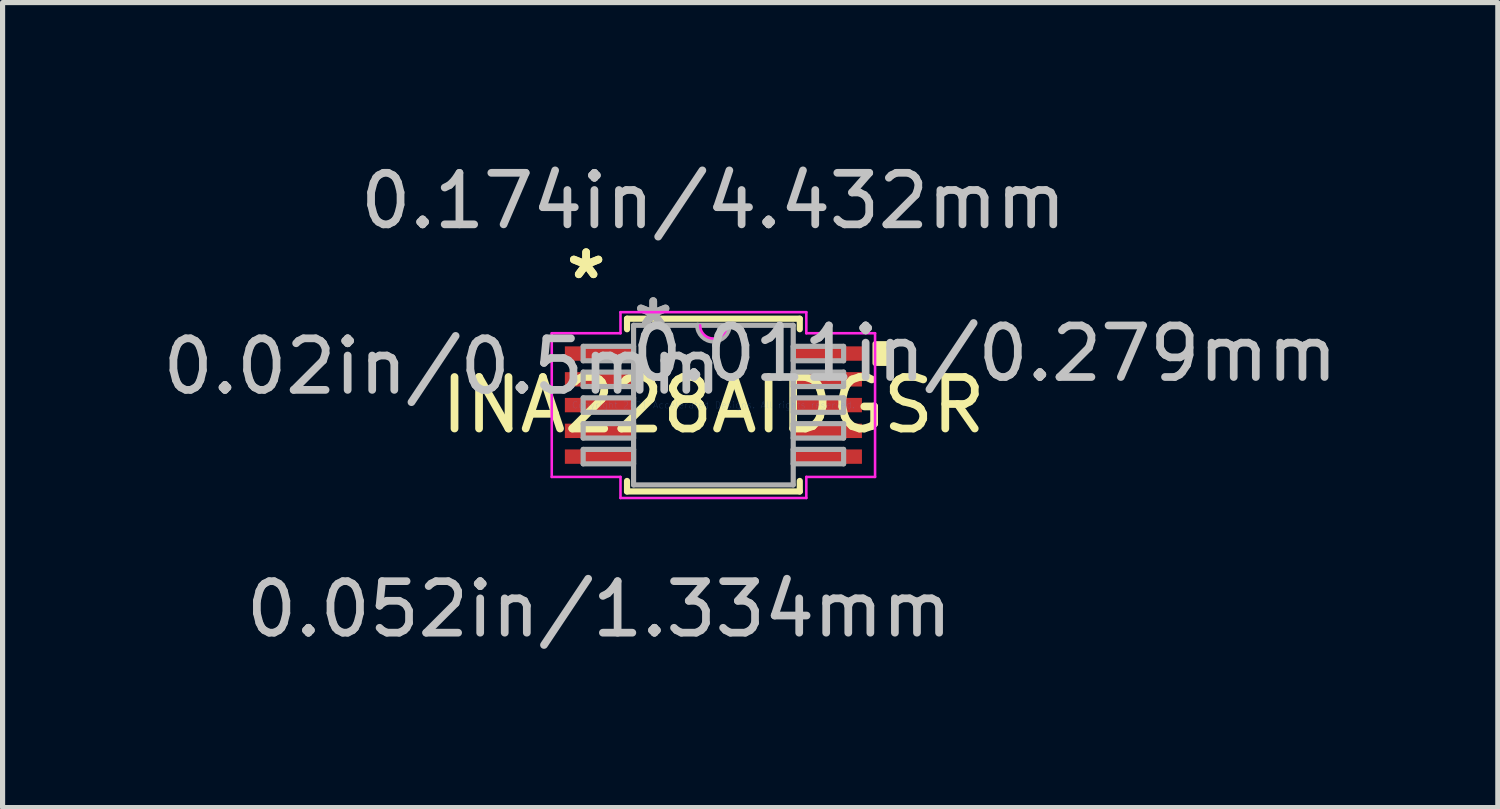
<source format=kicad_pcb>
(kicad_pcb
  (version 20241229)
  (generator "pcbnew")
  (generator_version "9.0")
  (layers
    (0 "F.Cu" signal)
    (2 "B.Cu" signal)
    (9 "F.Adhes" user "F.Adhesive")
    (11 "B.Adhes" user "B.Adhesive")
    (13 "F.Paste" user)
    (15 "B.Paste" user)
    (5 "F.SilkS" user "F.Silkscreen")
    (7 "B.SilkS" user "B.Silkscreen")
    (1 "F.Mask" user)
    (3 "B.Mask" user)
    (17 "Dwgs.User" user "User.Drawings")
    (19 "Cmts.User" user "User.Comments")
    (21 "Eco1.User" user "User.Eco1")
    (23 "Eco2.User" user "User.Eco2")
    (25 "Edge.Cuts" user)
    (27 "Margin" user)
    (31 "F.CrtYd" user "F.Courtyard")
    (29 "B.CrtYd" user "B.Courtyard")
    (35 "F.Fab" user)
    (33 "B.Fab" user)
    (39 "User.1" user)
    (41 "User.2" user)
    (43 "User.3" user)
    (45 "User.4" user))
  (footprint "INA228AIDGSR"
    (layer "F.Cu")
    (at 10.794 4.811)
    (property "Reference" "INA228AIDGSR" (at 0 0 0) (layer "F.SilkS") (effects (font (size 1 1) (thickness 0.15))))
    (attr through_hole)
    (fp_line (start -1.676 -1.676) (end -1.676 -1.472) (stroke (width 0.12) (type solid)) (layer "F.SilkS"))
    (fp_line (start -1.676 1.472) (end -1.676 1.676) (stroke (width 0.12) (type solid)) (layer "F.SilkS"))
    (fp_line (start -1.676 1.676) (end 1.676 1.676) (stroke (width 0.12) (type solid)) (layer "F.SilkS"))
    (fp_line (start 1.676 -1.676) (end -1.676 -1.676) (stroke (width 0.12) (type solid)) (layer "F.SilkS"))
    (fp_line (start 1.676 -1.472) (end 1.676 -1.676) (stroke (width 0.12) (type solid)) (layer "F.SilkS"))
    (fp_line (start 1.676 1.676) (end 1.676 1.472) (stroke (width 0.12) (type solid)) (layer "F.SilkS"))
    (fp_poly (pts (xy 3.391 -1.191) (xy 3.391 -0.81) (xy 3.137 -0.81) (xy 3.137 -1.191)) (stroke (width 0.1) (type solid)) (fill yes) (layer "F.SilkS"))
    (fp_line (start -3.137 -1.394) (end -1.803 -1.394) (stroke (width 0.05) (type solid)) (layer "F.CrtYd"))
    (fp_line (start -3.137 1.394) (end -3.137 -1.394) (stroke (width 0.05) (type solid)) (layer "F.CrtYd"))
    (fp_line (start -1.803 -1.803) (end 1.803 -1.803) (stroke (width 0.05) (type solid)) (layer "F.CrtYd"))
    (fp_line (start -1.803 -1.394) (end -1.803 -1.803) (stroke (width 0.05) (type solid)) (layer "F.CrtYd"))
    (fp_line (start -1.803 1.394) (end -3.137 1.394) (stroke (width 0.05) (type solid)) (layer "F.CrtYd"))
    (fp_line (start -1.803 1.803) (end -1.803 1.394) (stroke (width 0.05) (type solid)) (layer "F.CrtYd"))
    (fp_line (start 1.803 -1.803) (end 1.803 -1.394) (stroke (width 0.05) (type solid)) (layer "F.CrtYd"))
    (fp_line (start 1.803 -1.394) (end 3.137 -1.394) (stroke (width 0.05) (type solid)) (layer "F.CrtYd"))
    (fp_line (start 1.803 1.394) (end 1.803 1.803) (stroke (width 0.05) (type solid)) (layer "F.CrtYd"))
    (fp_line (start 1.803 1.803) (end -1.803 1.803) (stroke (width 0.05) (type solid)) (layer "F.CrtYd"))
    (fp_line (start 3.137 -1.394) (end 3.137 1.394) (stroke (width 0.05) (type solid)) (layer "F.CrtYd"))
    (fp_line (start 3.137 1.394) (end 1.803 1.394) (stroke (width 0.05) (type solid)) (layer "F.CrtYd"))
    (fp_arc (start 0.258233 -1.5494) (mid 0 -1.291167) (end -0.258233 -1.5494) (stroke (width 0.05) (type solid)) (layer "F.CrtYd"))
    (fp_line (start -2.527 -1.14) (end -2.527 -0.86) (stroke (width 0.1) (type solid)) (layer "F.Fab"))
    (fp_line (start -2.527 -0.86) (end -1.549 -0.86) (stroke (width 0.1) (type solid)) (layer "F.Fab"))
    (fp_line (start -2.527 -0.64) (end -2.527 -0.36) (stroke (width 0.1) (type solid)) (layer "F.Fab"))
    (fp_line (start -2.527 -0.36) (end -1.549 -0.36) (stroke (width 0.1) (type solid)) (layer "F.Fab"))
    (fp_line (start -2.527 -0.14) (end -2.527 0.14) (stroke (width 0.1) (type solid)) (layer "F.Fab"))
    (fp_line (start -2.527 0.14) (end -1.549 0.14) (stroke (width 0.1) (type solid)) (layer "F.Fab"))
    (fp_line (start -2.527 0.36) (end -2.527 0.64) (stroke (width 0.1) (type solid)) (layer "F.Fab"))
    (fp_line (start -2.527 0.64) (end -1.549 0.64) (stroke (width 0.1) (type solid)) (layer "F.Fab"))
    (fp_line (start -2.527 0.86) (end -2.527 1.14) (stroke (width 0.1) (type solid)) (layer "F.Fab"))
    (fp_line (start -2.527 1.14) (end -1.549 1.14) (stroke (width 0.1) (type solid)) (layer "F.Fab"))
    (fp_line (start -1.549 -1.549) (end -1.549 1.549) (stroke (width 0.1) (type solid)) (layer "F.Fab"))
    (fp_line (start -1.549 -1.14) (end -2.527 -1.14) (stroke (width 0.1) (type solid)) (layer "F.Fab"))
    (fp_line (start -1.549 -0.86) (end -1.549 -1.14) (stroke (width 0.1) (type solid)) (layer "F.Fab"))
    (fp_line (start -1.549 -0.64) (end -2.527 -0.64) (stroke (width 0.1) (type solid)) (layer "F.Fab"))
    (fp_line (start -1.549 -0.36) (end -1.549 -0.64) (stroke (width 0.1) (type solid)) (layer "F.Fab"))
    (fp_line (start -1.549 -0.14) (end -2.527 -0.14) (stroke (width 0.1) (type solid)) (layer "F.Fab"))
    (fp_line (start -1.549 0.14) (end -1.549 -0.14) (stroke (width 0.1) (type solid)) (layer "F.Fab"))
    (fp_line (start -1.549 0.36) (end -2.527 0.36) (stroke (width 0.1) (type solid)) (layer "F.Fab"))
    (fp_line (start -1.549 0.64) (end -1.549 0.36) (stroke (width 0.1) (type solid)) (layer "F.Fab"))
    (fp_line (start -1.549 0.86) (end -2.527 0.86) (stroke (width 0.1) (type solid)) (layer "F.Fab"))
    (fp_line (start -1.549 1.14) (end -1.549 0.86) (stroke (width 0.1) (type solid)) (layer "F.Fab"))
    (fp_line (start -1.549 1.549) (end 1.549 1.549) (stroke (width 0.1) (type solid)) (layer "F.Fab"))
    (fp_line (start 1.549 -1.549) (end -1.549 -1.549) (stroke (width 0.1) (type solid)) (layer "F.Fab"))
    (fp_line (start 1.549 -1.14) (end 1.549 -0.86) (stroke (width 0.1) (type solid)) (layer "F.Fab"))
    (fp_line (start 1.549 -0.86) (end 2.527 -0.86) (stroke (width 0.1) (type solid)) (layer "F.Fab"))
    (fp_line (start 1.549 -0.64) (end 1.549 -0.36) (stroke (width 0.1) (type solid)) (layer "F.Fab"))
    (fp_line (start 1.549 -0.36) (end 2.527 -0.36) (stroke (width 0.1) (type solid)) (layer "F.Fab"))
    (fp_line (start 1.549 -0.14) (end 1.549 0.14) (stroke (width 0.1) (type solid)) (layer "F.Fab"))
    (fp_line (start 1.549 0.14) (end 2.527 0.14) (stroke (width 0.1) (type solid)) (layer "F.Fab"))
    (fp_line (start 1.549 0.36) (end 1.549 0.64) (stroke (width 0.1) (type solid)) (layer "F.Fab"))
    (fp_line (start 1.549 0.64) (end 2.527 0.64) (stroke (width 0.1) (type solid)) (layer "F.Fab"))
    (fp_line (start 1.549 0.86) (end 1.549 1.14) (stroke (width 0.1) (type solid)) (layer "F.Fab"))
    (fp_line (start 1.549 1.14) (end 2.527 1.14) (stroke (width 0.1) (type solid)) (layer "F.Fab"))
    (fp_line (start 1.549 1.549) (end 1.549 -1.549) (stroke (width 0.1) (type solid)) (layer "F.Fab"))
    (fp_line (start 2.527 -1.14) (end 1.549 -1.14) (stroke (width 0.1) (type solid)) (layer "F.Fab"))
    (fp_line (start 2.527 -0.86) (end 2.527 -1.14) (stroke (width 0.1) (type solid)) (layer "F.Fab"))
    (fp_line (start 2.527 -0.64) (end 1.549 -0.64) (stroke (width 0.1) (type solid)) (layer "F.Fab"))
    (fp_line (start 2.527 -0.36) (end 2.527 -0.64) (stroke (width 0.1) (type solid)) (layer "F.Fab"))
    (fp_line (start 2.527 -0.14) (end 1.549 -0.14) (stroke (width 0.1) (type solid)) (layer "F.Fab"))
    (fp_line (start 2.527 0.14) (end 2.527 -0.14) (stroke (width 0.1) (type solid)) (layer "F.Fab"))
    (fp_line (start 2.527 0.36) (end 1.549 0.36) (stroke (width 0.1) (type solid)) (layer "F.Fab"))
    (fp_line (start 2.527 0.64) (end 2.527 0.36) (stroke (width 0.1) (type solid)) (layer "F.Fab"))
    (fp_line (start 2.527 0.86) (end 1.549 0.86) (stroke (width 0.1) (type solid)) (layer "F.Fab"))
    (fp_line (start 2.527 1.14) (end 2.527 0.86) (stroke (width 0.1) (type solid)) (layer "F.Fab"))
    (fp_arc (start 0.3048 -1.5494) (mid 0 -1.2446) (end -0.3048 -1.5494) (stroke (width 0.1) (type solid)) (layer "F.Fab"))
    (fp_text user "*" (at -2.47 -2.422 0) (layer "F.SilkS") (effects (font (size 1 1) (thickness 0.15))))
    (fp_text user "*" (at -2.47 -2.422 0) (layer "F.SilkS") (effects (font (size 1 1) (thickness 0.15))))
    (fp_text user "0.011in/0.279mm" (at 5.264 -1 0) (layer "Dwgs.User") (effects (font (size 1 1) (thickness 0.15))))
    (fp_text user "0.02in/0.5mm" (at -5.264 -0.75 0) (layer "Dwgs.User") (effects (font (size 1 1) (thickness 0.15))))
    (fp_text user "0.052in/1.334mm" (at -2.216 3.962 0) (layer "Dwgs.User") (effects (font (size 1 1) (thickness 0.15))))
    (fp_text user "0.174in/4.432mm" (at 0 -3.962 0) (layer "Dwgs.User") (effects (font (size 1 1) (thickness 0.15))))
    (fp_text user "Copyright 2021 Accelerated Designs. All rights reserved." (at 0 0 0) (layer "Cmts.User") (effects (font (size 0.127 0.127) (thickness 0.002))))
    (fp_text user "*" (at -1.168 -1.473 0) (layer "F.Fab") (effects (font (size 1 1) (thickness 0.15))))
    (fp_text user "*" (at -1.168 -1.473 0) (layer "F.Fab") (effects (font (size 1 1) (thickness 0.15))))
    (pad "1" smd rect (at -2.216 -1) (size 1.333 0.279) (layers "F.Cu" "F.Mask" "F.Paste"))
    (pad "2" smd rect (at -2.216 -0.5) (size 1.333 0.279) (layers "F.Cu" "F.Mask" "F.Paste"))
    (pad "3" smd rect (at -2.216 0) (size 1.333 0.279) (layers "F.Cu" "F.Mask" "F.Paste"))
    (pad "4" smd rect (at -2.216 0.5) (size 1.333 0.279) (layers "F.Cu" "F.Mask" "F.Paste"))
    (pad "5" smd rect (at -2.216 1) (size 1.333 0.279) (layers "F.Cu" "F.Mask" "F.Paste"))
    (pad "6" smd rect (at 2.216 1) (size 1.333 0.279) (layers "F.Cu" "F.Mask" "F.Paste"))
    (pad "7" smd rect (at 2.216 0.5) (size 1.333 0.279) (layers "F.Cu" "F.Mask" "F.Paste"))
    (pad "8" smd rect (at 2.216 0) (size 1.333 0.279) (layers "F.Cu" "F.Mask" "F.Paste"))
    (pad "9" smd rect (at 2.216 -0.5) (size 1.333 0.279) (layers "F.Cu" "F.Mask" "F.Paste"))
    (pad "10" smd rect (at 2.216 -1) (size 1.333 0.279) (layers "F.Cu" "F.Mask" "F.Paste")))
  (gr_rect
    (start -3 -3)
    (end 26.016 12.621)
    (stroke (width 0.1) (type default))
    (fill no)
    (layer "Edge.Cuts")))
</source>
